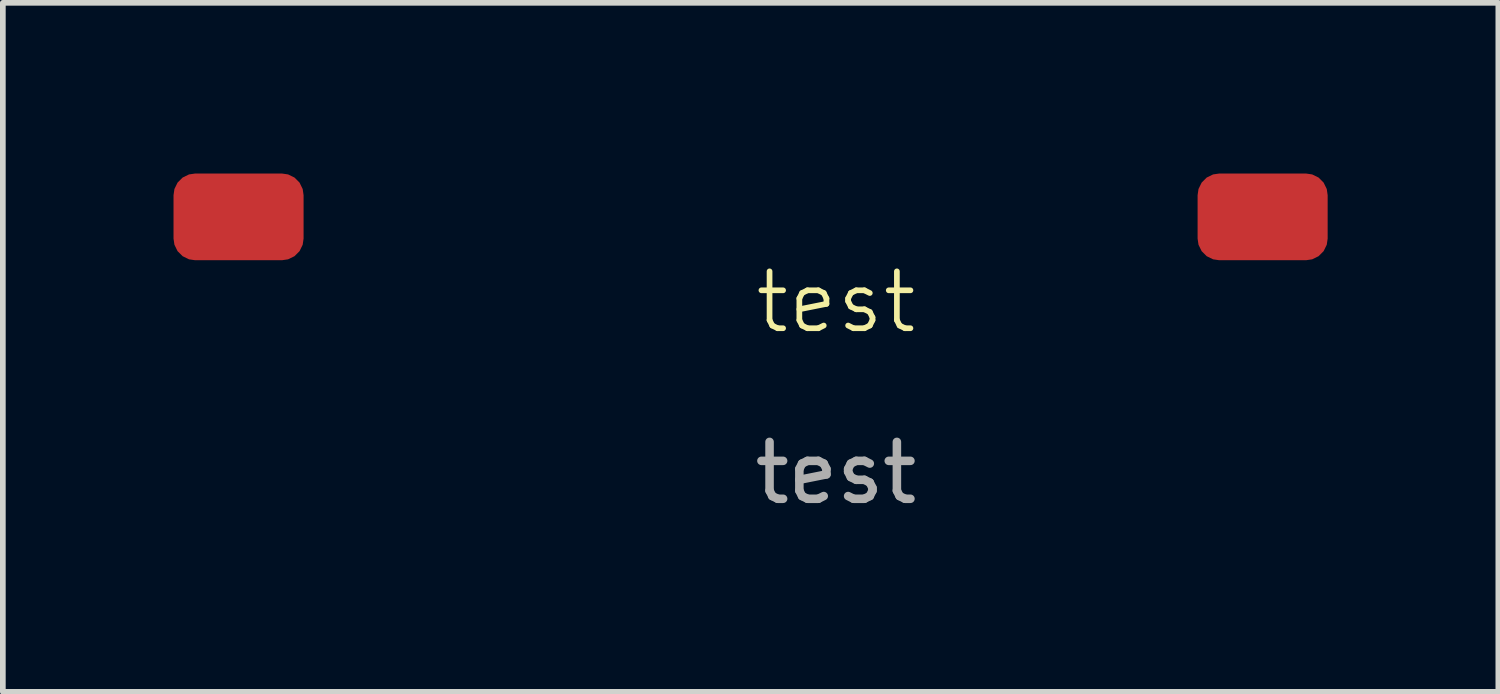
<source format=kicad_pcb>
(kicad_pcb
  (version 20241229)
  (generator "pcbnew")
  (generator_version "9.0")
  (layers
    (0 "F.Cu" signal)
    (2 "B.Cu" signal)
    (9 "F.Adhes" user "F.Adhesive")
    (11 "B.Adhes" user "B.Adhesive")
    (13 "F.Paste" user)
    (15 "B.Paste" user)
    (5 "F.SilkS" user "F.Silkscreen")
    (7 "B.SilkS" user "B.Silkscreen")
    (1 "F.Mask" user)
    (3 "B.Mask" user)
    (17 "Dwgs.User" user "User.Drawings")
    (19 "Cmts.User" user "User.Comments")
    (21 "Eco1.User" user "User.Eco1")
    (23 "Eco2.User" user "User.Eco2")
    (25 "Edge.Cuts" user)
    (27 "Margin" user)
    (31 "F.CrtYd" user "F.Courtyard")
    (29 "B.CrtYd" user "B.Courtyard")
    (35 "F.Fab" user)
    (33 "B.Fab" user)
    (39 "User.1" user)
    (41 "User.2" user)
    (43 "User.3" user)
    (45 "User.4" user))
  (footprint "test"
    (layer "F.Cu")
    (at 11.643 2.762)
    (property "Reference" "test" (at 0 -0.5 0) (unlocked yes) (layer "F.SilkS") (effects (font (size 1 1) (thickness 0.1))))
    (attr smd)
    (fp_text user "${REFERENCE}" (at 0 2.5 0) (unlocked yes) (layer "F.Fab") (effects (font (size 1 1) (thickness 0.15))))
    (pad "1" smd roundrect (at -10.5 -2) (size 2.286 1.524) (layers "F.Cu" "F.Mask" "F.Paste") (roundrect_rratio 0.25))
    (pad "2" smd roundrect (at 7.5 -2) (size 2.286 1.524) (layers "F.Cu" "F.Mask" "F.Paste") (roundrect_rratio 0.25)))
  (gr_rect
    (start -3 -3)
    (end 23.286 9.11)
    (stroke (width 0.1) (type default))
    (fill no)
    (layer "Edge.Cuts")))
</source>
